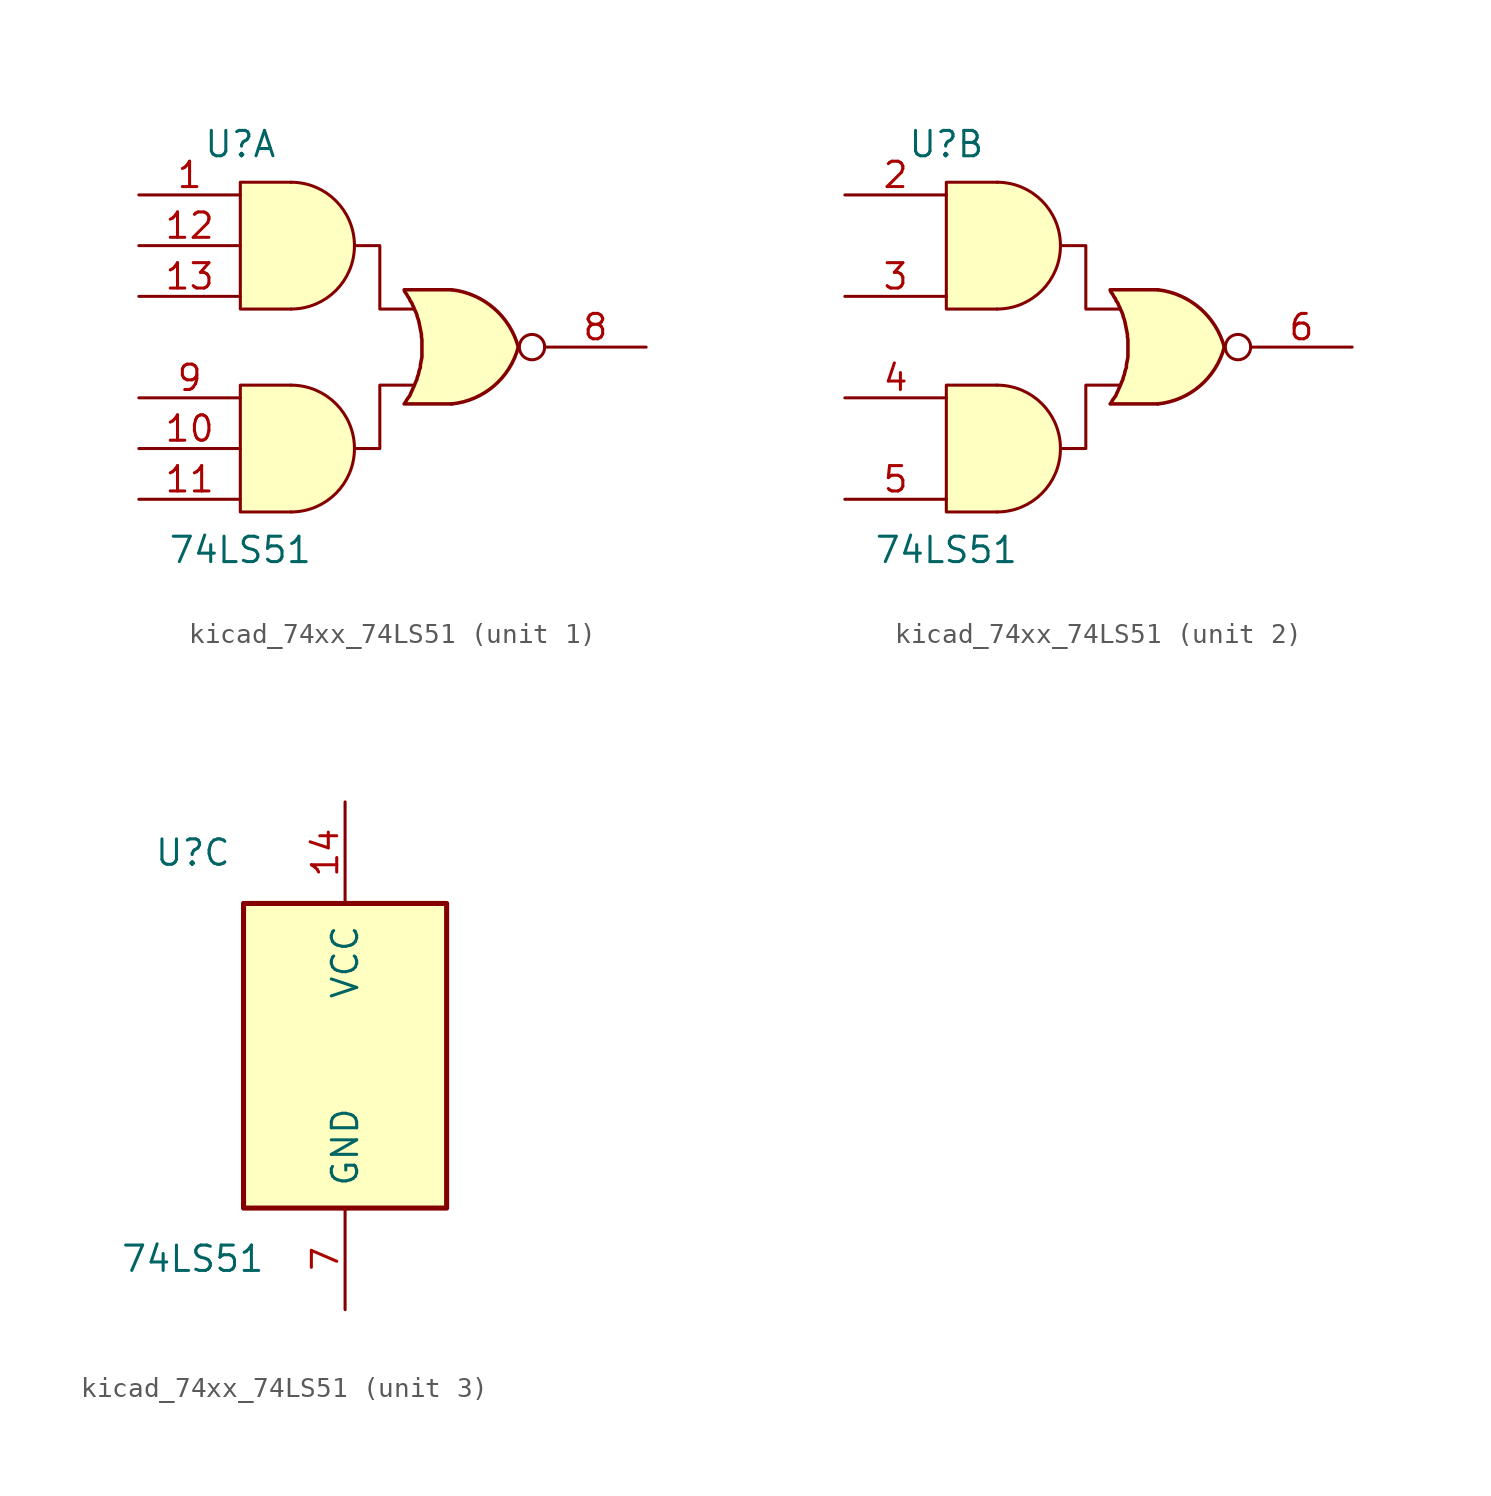
<source format=kicad_sym>
(kicad_symbol_lib
  (version 20220914)
  (generator kicad_symbol_editor)
  (symbol "kicad_74xx_74LS51"
    (pin_names
      (offset 1.016))
    (property "Reference" "U"
      (at -7.62 10.16 0)
      (effects (font (size 1.27 1.27))))
    (property "Value" "74LS51"
      (at -7.62 -10.16 0)
      (effects (font (size 1.27 1.27))))
    (property "ki_locked" ""
      (at 0 0 0)
      (effects (font (size 1.27 1.27))))
    (symbol "kicad_74xx_74LS51_1_0"
      (arc (start -5.08 -8.255) (mid -1.9188 -5.08) (end -5.08 -1.905) (stroke (width 0) (type default)) (fill (type background)))
      (arc (start -5.08 1.905) (mid -1.9188 5.08) (end -5.08 8.255) (stroke (width 0) (type default)) (fill (type background)))
      (polyline (pts (xy -5.08 -1.905) (xy -7.62 -1.905) (xy -7.62 -8.255) (xy -5.08 -8.255)) (stroke (width 0) (type default)) (fill (type background)))
      (polyline (pts (xy -5.08 1.905) (xy -7.62 1.905) (xy -7.62 8.255) (xy -5.08 8.255)) (stroke (width 0) (type default)) (fill (type background)))
      (polyline (pts (xy -1.905 -5.08) (xy -0.635 -5.08) (xy -0.635 -1.905) (xy 1.016 -1.905)) (stroke (width 0) (type default)) (fill (type none)))
      (polyline (pts (xy -1.905 5.08) (xy -0.635 5.08) (xy -0.635 1.905) (xy 1.016 1.905)) (stroke (width 0) (type default)) (fill (type none)))
      (polyline (pts (xy 2.972 2.87) (xy 0.584 2.87) (xy 0.584 2.845) (xy 0.635 2.743) (xy 0.711 2.642) (xy 0.762 2.54) (xy 0.838 2.438) (xy 0.889 2.311) (xy 0.965 2.21) (xy 1.016 2.083) (xy 1.067 1.981) (xy 1.118 1.854) (xy 1.168 1.753) (xy 1.219 1.626) (xy 1.245 1.499) (xy 1.295 1.372) (xy 1.321 1.27) (xy 1.346 1.143) (xy 1.372 1.016) (xy 1.397 0.889) (xy 1.422 0.762) (xy 1.448 0.635) (xy 1.448 0.508) (xy 1.473 0.381) (xy 1.473 0.254) (xy 1.473 0.127) (xy 1.473 0) (xy 1.473 -0.127) (xy 1.473 -0.254) (xy 1.473 -0.381) (xy 1.473 -0.508) (xy 1.448 -0.635) (xy 1.422 -0.762) (xy 1.397 -0.889) (xy 1.397 -1.016) (xy 1.346 -1.143) (xy 1.321 -1.245) (xy 1.295 -1.372) (xy 1.245 -1.499) (xy 1.219 -1.626) (xy 1.168 -1.727) (xy 1.118 -1.854) (xy 1.067 -1.981) (xy 1.016 -2.083) (xy 0.965 -2.21) (xy 0.914 -2.311) (xy 0.864 -2.438) (xy 0.787 -2.54) (xy 0.711 -2.642) (xy 0.66 -2.743) (xy 0.584 -2.845) (xy 0.584 -2.845) (xy 2.972 -2.845)) (stroke (width 0.178) (type default)) (fill (type background)))
      (arc (start 2.9718 -2.8448) (mid 5.0811 -1.9407) (end 6.2992 0) (stroke (width 0.1778) (type default)) (fill (type background)))
      (arc (start 6.2992 0) (mid 5.0781 1.9435) (end 2.9718 2.8702) (stroke (width 0.1778) (type default)) (fill (type background)))
      (circle (center 6.985 0) (radius 0.635) (stroke (width 0) (type default)) (fill (type none)))
      (pin input line (at -12.7 7.62 0) (length 5.08) (name "~" (effects (font (size 1.27 1.27)))) (number "1" (effects (font (size 1.27 1.27)))))
      (pin input line (at -12.7 -5.08 0) (length 5.08) (name "~" (effects (font (size 1.27 1.27)))) (number "10" (effects (font (size 1.27 1.27)))))
      (pin input line (at -12.7 -7.62 0) (length 5.08) (name "~" (effects (font (size 1.27 1.27)))) (number "11" (effects (font (size 1.27 1.27)))))
      (pin input line (at -12.7 5.08 0) (length 5.08) (name "~" (effects (font (size 1.27 1.27)))) (number "12" (effects (font (size 1.27 1.27)))))
      (pin input line (at -12.7 2.54 0) (length 5.08) (name "~" (effects (font (size 1.27 1.27)))) (number "13" (effects (font (size 1.27 1.27)))))
      (pin output line (at 12.7 0 180) (length 5.08) (name "~" (effects (font (size 1.27 1.27)))) (number "8" (effects (font (size 1.27 1.27)))))
      (pin input line (at -12.7 -2.54 0) (length 5.08) (name "~" (effects (font (size 1.27 1.27)))) (number "9" (effects (font (size 1.27 1.27))))))
    (symbol "kicad_74xx_74LS51_2_0"
      (arc (start -5.08 -8.255) (mid -1.9188 -5.08) (end -5.08 -1.905) (stroke (width 0) (type default)) (fill (type background)))
      (arc (start -5.08 1.905) (mid -1.9188 5.08) (end -5.08 8.255) (stroke (width 0) (type default)) (fill (type background)))
      (polyline (pts (xy -5.08 -1.905) (xy -7.62 -1.905) (xy -7.62 -8.255) (xy -5.08 -8.255)) (stroke (width 0) (type default)) (fill (type background)))
      (polyline (pts (xy -5.08 1.905) (xy -7.62 1.905) (xy -7.62 8.255) (xy -5.08 8.255)) (stroke (width 0) (type default)) (fill (type background)))
      (polyline (pts (xy -1.905 -5.08) (xy -0.635 -5.08) (xy -0.635 -1.905) (xy 1.016 -1.905)) (stroke (width 0) (type default)) (fill (type none)))
      (polyline (pts (xy -1.905 5.08) (xy -0.635 5.08) (xy -0.635 1.905) (xy 1.016 1.905)) (stroke (width 0) (type default)) (fill (type none)))
      (polyline (pts (xy 2.972 2.87) (xy 0.584 2.87) (xy 0.584 2.845) (xy 0.635 2.743) (xy 0.711 2.642) (xy 0.762 2.54) (xy 0.838 2.438) (xy 0.889 2.311) (xy 0.965 2.21) (xy 1.016 2.083) (xy 1.067 1.981) (xy 1.118 1.854) (xy 1.168 1.753) (xy 1.219 1.626) (xy 1.245 1.499) (xy 1.295 1.372) (xy 1.321 1.27) (xy 1.346 1.143) (xy 1.372 1.016) (xy 1.397 0.889) (xy 1.422 0.762) (xy 1.448 0.635) (xy 1.448 0.508) (xy 1.473 0.381) (xy 1.473 0.254) (xy 1.473 0.127) (xy 1.473 0) (xy 1.473 -0.127) (xy 1.473 -0.254) (xy 1.473 -0.381) (xy 1.473 -0.508) (xy 1.448 -0.635) (xy 1.422 -0.762) (xy 1.397 -0.889) (xy 1.397 -1.016) (xy 1.346 -1.143) (xy 1.321 -1.245) (xy 1.295 -1.372) (xy 1.245 -1.499) (xy 1.219 -1.626) (xy 1.168 -1.727) (xy 1.118 -1.854) (xy 1.067 -1.981) (xy 1.016 -2.083) (xy 0.965 -2.21) (xy 0.914 -2.311) (xy 0.864 -2.438) (xy 0.787 -2.54) (xy 0.711 -2.642) (xy 0.66 -2.743) (xy 0.584 -2.845) (xy 0.584 -2.845) (xy 2.972 -2.845)) (stroke (width 0.178) (type default)) (fill (type background)))
      (arc (start 2.9718 -2.8448) (mid 5.0811 -1.9407) (end 6.2992 0) (stroke (width 0.1778) (type default)) (fill (type background)))
      (arc (start 6.2992 0) (mid 5.0781 1.9435) (end 2.9718 2.8702) (stroke (width 0.1778) (type default)) (fill (type background)))
      (circle (center 6.985 0) (radius 0.635) (stroke (width 0) (type default)) (fill (type none)))
      (pin input line (at -12.7 7.62 0) (length 5.08) (name "~" (effects (font (size 1.27 1.27)))) (number "2" (effects (font (size 1.27 1.27)))))
      (pin input line (at -12.7 2.54 0) (length 5.08) (name "~" (effects (font (size 1.27 1.27)))) (number "3" (effects (font (size 1.27 1.27)))))
      (pin input line (at -12.7 -2.54 0) (length 5.08) (name "~" (effects (font (size 1.27 1.27)))) (number "4" (effects (font (size 1.27 1.27)))))
      (pin input line (at -12.7 -7.62 0) (length 5.08) (name "~" (effects (font (size 1.27 1.27)))) (number "5" (effects (font (size 1.27 1.27)))))
      (pin output line (at 12.7 0 180) (length 5.08) (name "~" (effects (font (size 1.27 1.27)))) (number "6" (effects (font (size 1.27 1.27))))))
    (symbol "kicad_74xx_74LS51_3_0"
      (pin power_in line (at 0 12.7 270) (length 5.08) (name "VCC" (effects (font (size 1.27 1.27)))) (number "14" (effects (font (size 1.27 1.27)))))
      (pin power_in line (at 0 -12.7 90) (length 5.08) (name "GND" (effects (font (size 1.27 1.27)))) (number "7" (effects (font (size 1.27 1.27))))))
    (symbol "kicad_74xx_74LS51_3_1"
      (rectangle (start -5.08 7.62) (end 5.08 -7.62) (stroke (width 0.254) (type default)) (fill (type background))))))
</source>
